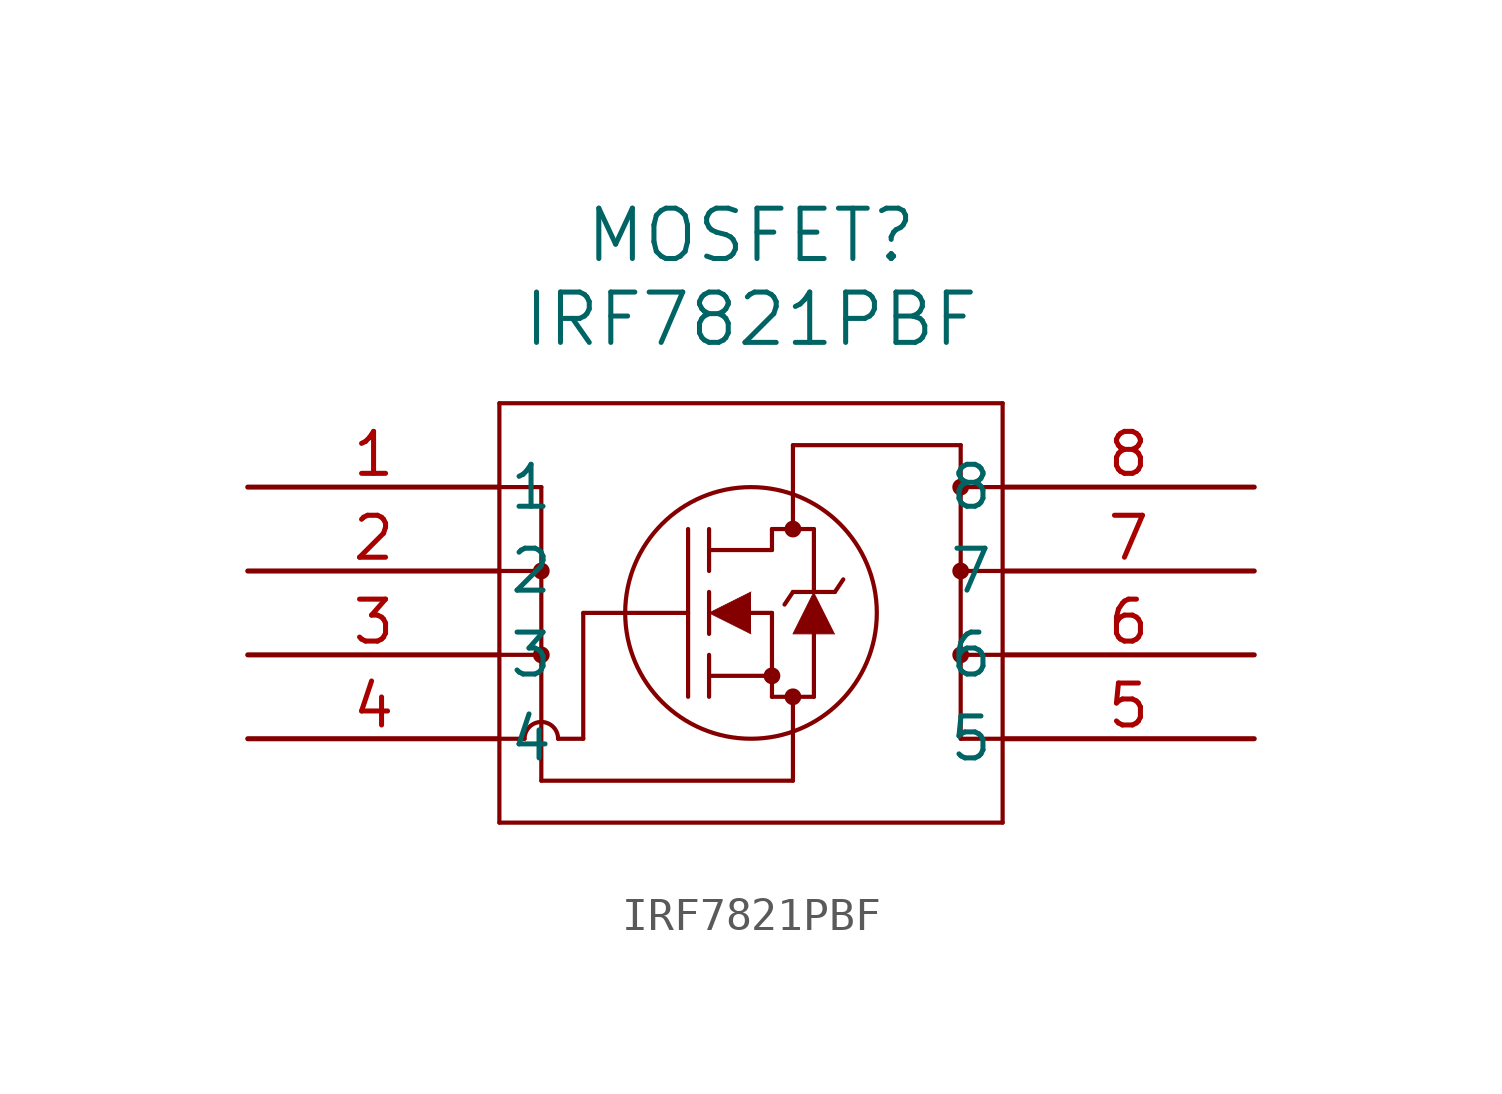
<source format=kicad_sym>
(kicad_symbol_lib
  (version 20220914)
  (generator kicad_symbol_editor)
  (symbol "IRF7821PBF"
    (pin_names
      (offset 0.254))
    (property "Reference" "MOSFET"
      (at 15.24 7.62 0)
      (effects (font (size 1.524 1.524))))
    (property "Value" "IRF7821PBF"
      (at 15.24 5.08 0)
      (effects (font (size 1.524 1.524))))
    (property "ki_locked" ""
      (at 0 0 0)
      (effects (font (size 1.27 1.27))))
    (symbol "IRF7821PBF_0_1"
      (polyline (pts (xy 7.62 -10.16) (xy 22.86 -10.16)) (stroke (width 0.127) (type default)) (fill (type none)))
      (polyline (pts (xy 7.62 -7.62) (xy 8.382 -7.62)) (stroke (width 0.127) (type default)) (fill (type none)))
      (polyline (pts (xy 7.62 -5.08) (xy 8.89 -5.08)) (stroke (width 0.127) (type default)) (fill (type none)))
      (polyline (pts (xy 7.62 -2.54) (xy 8.89 -2.54)) (stroke (width 0.127) (type default)) (fill (type none)))
      (polyline (pts (xy 7.62 0) (xy 8.89 0)) (stroke (width 0.127) (type default)) (fill (type none)))
      (polyline (pts (xy 7.62 2.54) (xy 7.62 -10.16)) (stroke (width 0.127) (type default)) (fill (type none)))
      (polyline (pts (xy 8.89 -8.89) (xy 16.51 -8.89)) (stroke (width 0.127) (type default)) (fill (type none)))
      (polyline (pts (xy 8.89 0) (xy 8.89 -8.89)) (stroke (width 0.127) (type default)) (fill (type none)))
      (polyline (pts (xy 10.16 -7.62) (xy 9.398 -7.62)) (stroke (width 0.127) (type default)) (fill (type none)))
      (polyline (pts (xy 10.16 -3.81) (xy 10.16 -7.62)) (stroke (width 0.127) (type default)) (fill (type none)))
      (polyline (pts (xy 10.16 -3.81) (xy 13.335 -3.81)) (stroke (width 0.127) (type default)) (fill (type none)))
      (polyline (pts (xy 13.335 -6.35) (xy 13.335 -1.27)) (stroke (width 0.127) (type default)) (fill (type none)))
      (polyline (pts (xy 13.97 -6.35) (xy 13.97 -5.08)) (stroke (width 0.127) (type default)) (fill (type none)))
      (polyline (pts (xy 13.97 -5.715) (xy 15.875 -5.715)) (stroke (width 0.127) (type default)) (fill (type none)))
      (polyline (pts (xy 13.97 -4.445) (xy 13.97 -3.175)) (stroke (width 0.127) (type default)) (fill (type none)))
      (polyline (pts (xy 13.97 -2.54) (xy 13.97 -1.27)) (stroke (width 0.127) (type default)) (fill (type none)))
      (polyline (pts (xy 13.97 -1.905) (xy 15.875 -1.905)) (stroke (width 0.127) (type default)) (fill (type none)))
      (polyline (pts (xy 15.24 -3.81) (xy 15.875 -3.81)) (stroke (width 0.127) (type default)) (fill (type none)))
      (polyline (pts (xy 15.875 -6.35) (xy 15.875 -3.81)) (stroke (width 0.127) (type default)) (fill (type none)))
      (polyline (pts (xy 15.875 -6.35) (xy 17.145 -6.35)) (stroke (width 0.127) (type default)) (fill (type none)))
      (polyline (pts (xy 15.875 -1.905) (xy 15.875 -1.27)) (stroke (width 0.127) (type default)) (fill (type none)))
      (polyline (pts (xy 15.875 -1.27) (xy 17.145 -1.27)) (stroke (width 0.127) (type default)) (fill (type none)))
      (polyline (pts (xy 16.51 -8.89) (xy 16.51 -6.35)) (stroke (width 0.127) (type default)) (fill (type none)))
      (polyline (pts (xy 16.51 -3.175) (xy 16.256 -3.556)) (stroke (width 0.127) (type default)) (fill (type none)))
      (polyline (pts (xy 16.51 1.27) (xy 16.51 -1.27)) (stroke (width 0.127) (type default)) (fill (type none)))
      (polyline (pts (xy 17.145 -6.35) (xy 17.145 -4.445)) (stroke (width 0.127) (type default)) (fill (type none)))
      (polyline (pts (xy 17.145 -3.175) (xy 17.145 -1.27)) (stroke (width 0.127) (type default)) (fill (type none)))
      (polyline (pts (xy 17.78 -3.175) (xy 16.51 -3.175)) (stroke (width 0.127) (type default)) (fill (type none)))
      (polyline (pts (xy 17.78 -3.175) (xy 18.034 -2.794)) (stroke (width 0.127) (type default)) (fill (type none)))
      (polyline (pts (xy 21.59 -7.62) (xy 21.59 1.27)) (stroke (width 0.127) (type default)) (fill (type none)))
      (polyline (pts (xy 21.59 1.27) (xy 16.51 1.27)) (stroke (width 0.127) (type default)) (fill (type none)))
      (polyline (pts (xy 22.86 -10.16) (xy 22.86 2.54)) (stroke (width 0.127) (type default)) (fill (type none)))
      (polyline (pts (xy 22.86 -7.62) (xy 21.59 -7.62)) (stroke (width 0.127) (type default)) (fill (type none)))
      (polyline (pts (xy 22.86 -5.08) (xy 21.59 -5.08)) (stroke (width 0.127) (type default)) (fill (type none)))
      (polyline (pts (xy 22.86 -2.54) (xy 21.59 -2.54)) (stroke (width 0.127) (type default)) (fill (type none)))
      (polyline (pts (xy 22.86 0) (xy 21.59 0)) (stroke (width 0.127) (type default)) (fill (type none)))
      (polyline (pts (xy 22.86 2.54) (xy 7.62 2.54)) (stroke (width 0.127) (type default)) (fill (type none)))
      (polyline (pts (xy 15.24 -3.175) (xy 13.97 -3.81) (xy 15.24 -4.445)) (stroke (width 0.025) (type default)) (fill (type outline)))
      (polyline (pts (xy 17.78 -4.445) (xy 16.51 -4.445) (xy 17.145 -3.175)) (stroke (width 0.025) (type default)) (fill (type outline)))
      (circle (center 8.89 -5.08) (radius 0.127) (stroke (width 0.254) (type default)) (fill (type none)))
      (circle (center 8.89 -2.54) (radius 0.127) (stroke (width 0.254) (type default)) (fill (type none)))
      (arc (start 9.398 -7.62) (mid 8.89 -7.1142) (end 8.382 -7.62) (stroke (width 0.127) (type default)) (fill (type none)))
      (circle (center 15.24 -3.81) (radius 3.81) (stroke (width 0.127) (type default)) (fill (type none)))
      (circle (center 15.875 -5.715) (radius 0.127) (stroke (width 0.254) (type default)) (fill (type none)))
      (circle (center 16.51 -6.35) (radius 0.127) (stroke (width 0.254) (type default)) (fill (type none)))
      (circle (center 16.51 -1.27) (radius 0.127) (stroke (width 0.254) (type default)) (fill (type none)))
      (circle (center 21.59 -5.08) (radius 0.127) (stroke (width 0.254) (type default)) (fill (type none)))
      (circle (center 21.59 -2.54) (radius 0.127) (stroke (width 0.254) (type default)) (fill (type none)))
      (circle (center 21.59 0) (radius 0.127) (stroke (width 0.254) (type default)) (fill (type none)))
      (pin unspecified line (at 0 0 0) (length 7.62) (name "1" (effects (font (size 1.27 1.27)))) (number "1" (effects (font (size 1.27 1.27)))))
      (pin unspecified line (at 0 -2.54 0) (length 7.62) (name "2" (effects (font (size 1.27 1.27)))) (number "2" (effects (font (size 1.27 1.27)))))
      (pin unspecified line (at 0 -5.08 0) (length 7.62) (name "3" (effects (font (size 1.27 1.27)))) (number "3" (effects (font (size 1.27 1.27)))))
      (pin unspecified line (at 0 -7.62 0) (length 7.62) (name "4" (effects (font (size 1.27 1.27)))) (number "4" (effects (font (size 1.27 1.27)))))
      (pin unspecified line (at 30.48 -7.62 180) (length 7.62) (name "5" (effects (font (size 1.27 1.27)))) (number "5" (effects (font (size 1.27 1.27)))))
      (pin unspecified line (at 30.48 -5.08 180) (length 7.62) (name "6" (effects (font (size 1.27 1.27)))) (number "6" (effects (font (size 1.27 1.27)))))
      (pin unspecified line (at 30.48 -2.54 180) (length 7.62) (name "7" (effects (font (size 1.27 1.27)))) (number "7" (effects (font (size 1.27 1.27)))))
      (pin unspecified line (at 30.48 0 180) (length 7.62) (name "8" (effects (font (size 1.27 1.27)))) (number "8" (effects (font (size 1.27 1.27))))))))
</source>
